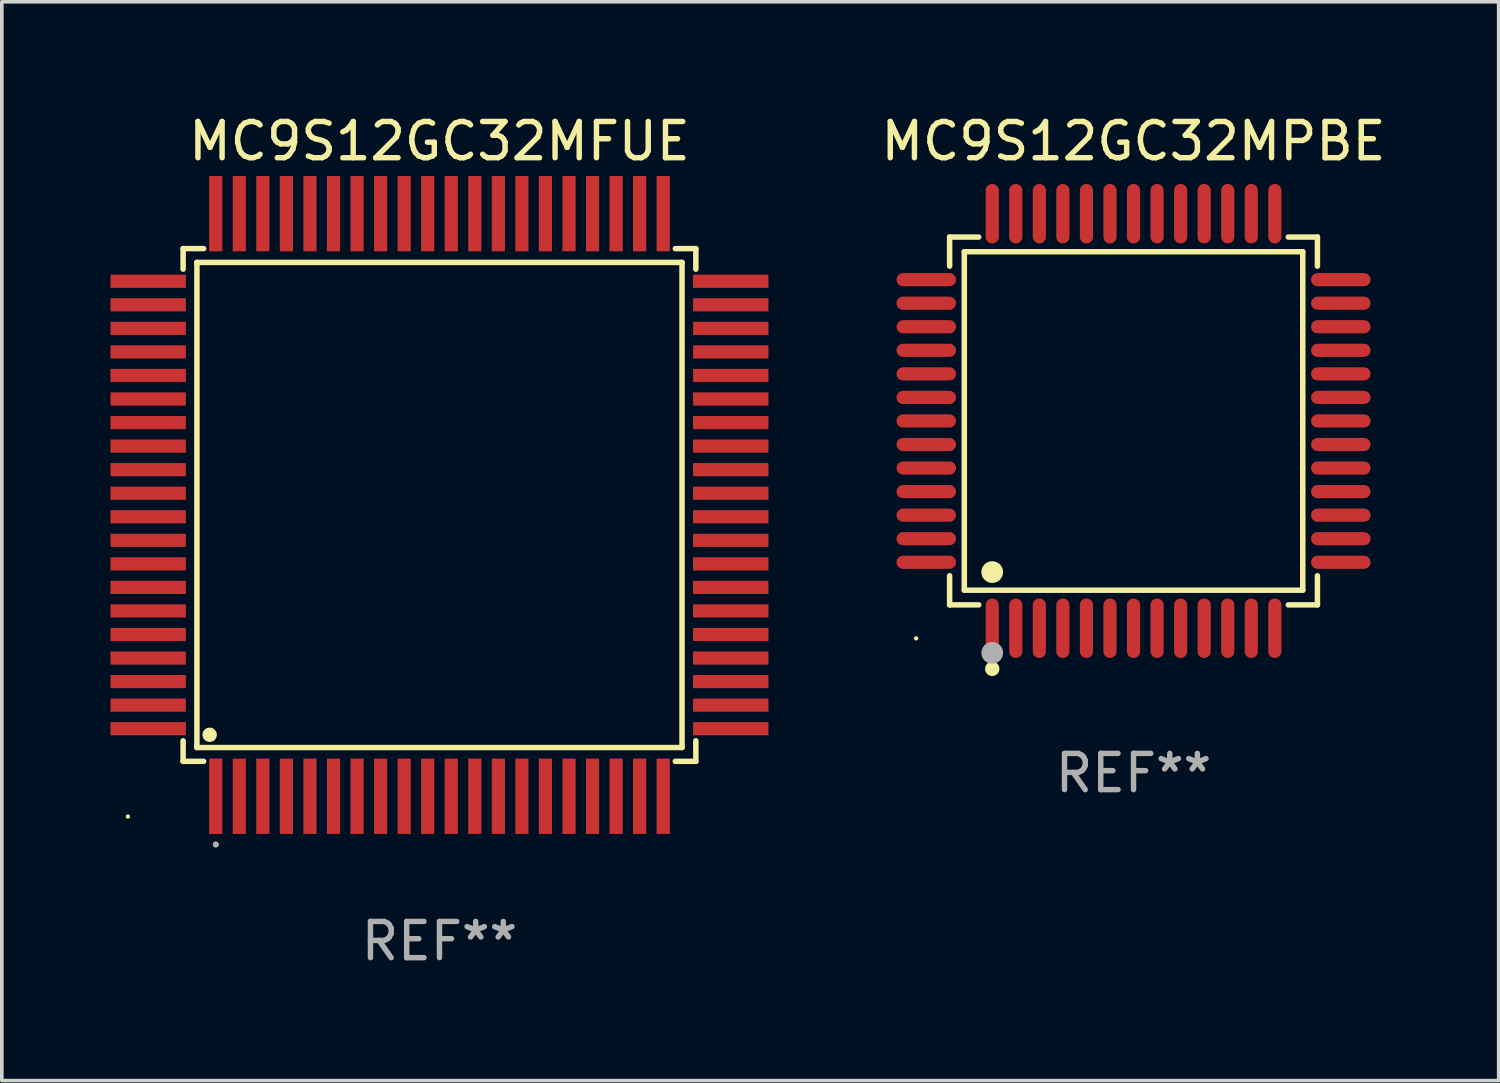
<source format=kicad_pcb>
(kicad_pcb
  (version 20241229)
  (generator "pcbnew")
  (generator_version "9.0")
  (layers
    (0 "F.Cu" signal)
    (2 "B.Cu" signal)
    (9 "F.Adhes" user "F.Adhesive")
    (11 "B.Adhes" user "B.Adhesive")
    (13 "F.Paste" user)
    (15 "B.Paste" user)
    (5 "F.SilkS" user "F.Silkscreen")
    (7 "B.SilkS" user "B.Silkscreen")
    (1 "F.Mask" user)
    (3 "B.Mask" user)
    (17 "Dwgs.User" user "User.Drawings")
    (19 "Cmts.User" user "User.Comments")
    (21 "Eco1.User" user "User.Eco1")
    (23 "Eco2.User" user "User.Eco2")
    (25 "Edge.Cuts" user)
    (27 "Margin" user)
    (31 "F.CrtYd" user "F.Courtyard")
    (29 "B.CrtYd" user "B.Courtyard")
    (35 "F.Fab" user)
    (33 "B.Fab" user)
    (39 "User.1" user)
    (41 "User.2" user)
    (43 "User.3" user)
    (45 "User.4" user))
  (footprint "MC9S12GC32MFUE"
    (layer "F.Cu")
    (at 9.08 10.888)
    (property "Reference" "MC9S12GC32MFUE" (at 0 -10.04 0) (layer "F.SilkS") (effects (font (size 1 1) (thickness 0.15))))
    (attr through_hole)
    (fp_line (start -7.076 -7.076) (end -7.076 -6.509) (stroke (width 0.152) (type solid)) (layer "F.SilkS"))
    (fp_line (start -7.076 7.076) (end -7.076 6.509) (stroke (width 0.152) (type solid)) (layer "F.SilkS"))
    (fp_line (start -6.695 -6.695) (end 6.695 -6.695) (stroke (width 0.152) (type solid)) (layer "F.SilkS"))
    (fp_line (start -6.695 6.695) (end -6.695 -6.695) (stroke (width 0.152) (type solid)) (layer "F.SilkS"))
    (fp_line (start -6.509 -7.076) (end -7.076 -7.076) (stroke (width 0.152) (type solid)) (layer "F.SilkS"))
    (fp_line (start -6.509 7.076) (end -7.076 7.076) (stroke (width 0.152) (type solid)) (layer "F.SilkS"))
    (fp_line (start 6.509 -7.076) (end 7.076 -7.076) (stroke (width 0.152) (type solid)) (layer "F.SilkS"))
    (fp_line (start 6.509 7.076) (end 7.076 7.076) (stroke (width 0.152) (type solid)) (layer "F.SilkS"))
    (fp_line (start 6.695 -6.695) (end 6.695 6.695) (stroke (width 0.152) (type solid)) (layer "F.SilkS"))
    (fp_line (start 6.695 6.695) (end -6.695 6.695) (stroke (width 0.152) (type solid)) (layer "F.SilkS"))
    (fp_line (start 7.076 -7.076) (end 7.076 -6.509) (stroke (width 0.152) (type solid)) (layer "F.SilkS"))
    (fp_line (start 7.076 7.076) (end 7.076 6.509) (stroke (width 0.152) (type solid)) (layer "F.SilkS"))
    (fp_circle (center -8.6 8.6) (end -8.57 8.6) (stroke (width 0.06) (type solid)) (fill no) (layer "F.SilkS"))
    (fp_circle (center -6.343 6.343) (end -6.243 6.343) (stroke (width 0.2) (type solid)) (fill no) (layer "F.SilkS"))
    (fp_circle (center -6.175 9.371) (end -6.135 9.371) (stroke (width 0.08) (type solid)) (fill no) (layer "F.SilkS"))
    (fp_circle (center -6.175 9.371) (end -6.135 9.371) (stroke (width 0.08) (type solid)) (fill no) (layer "F.Fab"))
    (fp_text user "REF**" (at 0 12.04 0) (layer "F.Fab") (effects (font (size 1 1) (thickness 0.15))))
    (pad "1" smd rect (at -6.175 8.04) (size 0.364 2.08) (layers "F.Cu" "F.Mask" "F.Paste"))
    (pad "2" smd rect (at -5.525 8.04) (size 0.364 2.08) (layers "F.Cu" "F.Mask" "F.Paste"))
    (pad "3" smd rect (at -4.875 8.04) (size 0.364 2.08) (layers "F.Cu" "F.Mask" "F.Paste"))
    (pad "4" smd rect (at -4.225 8.04) (size 0.364 2.08) (layers "F.Cu" "F.Mask" "F.Paste"))
    (pad "5" smd rect (at -3.575 8.04) (size 0.364 2.08) (layers "F.Cu" "F.Mask" "F.Paste"))
    (pad "6" smd rect (at -2.925 8.04) (size 0.364 2.08) (layers "F.Cu" "F.Mask" "F.Paste"))
    (pad "7" smd rect (at -2.275 8.04) (size 0.364 2.08) (layers "F.Cu" "F.Mask" "F.Paste"))
    (pad "8" smd rect (at -1.625 8.04) (size 0.364 2.08) (layers "F.Cu" "F.Mask" "F.Paste"))
    (pad "9" smd rect (at -0.975 8.04) (size 0.364 2.08) (layers "F.Cu" "F.Mask" "F.Paste"))
    (pad "10" smd rect (at -0.325 8.04) (size 0.364 2.08) (layers "F.Cu" "F.Mask" "F.Paste"))
    (pad "11" smd rect (at 0.325 8.04) (size 0.364 2.08) (layers "F.Cu" "F.Mask" "F.Paste"))
    (pad "12" smd rect (at 0.975 8.04) (size 0.364 2.08) (layers "F.Cu" "F.Mask" "F.Paste"))
    (pad "13" smd rect (at 1.625 8.04) (size 0.364 2.08) (layers "F.Cu" "F.Mask" "F.Paste"))
    (pad "14" smd rect (at 2.275 8.04) (size 0.364 2.08) (layers "F.Cu" "F.Mask" "F.Paste"))
    (pad "15" smd rect (at 2.925 8.04) (size 0.364 2.08) (layers "F.Cu" "F.Mask" "F.Paste"))
    (pad "16" smd rect (at 3.575 8.04) (size 0.364 2.08) (layers "F.Cu" "F.Mask" "F.Paste"))
    (pad "17" smd rect (at 4.225 8.04) (size 0.364 2.08) (layers "F.Cu" "F.Mask" "F.Paste"))
    (pad "18" smd rect (at 4.875 8.04) (size 0.364 2.08) (layers "F.Cu" "F.Mask" "F.Paste"))
    (pad "19" smd rect (at 5.525 8.04) (size 0.364 2.08) (layers "F.Cu" "F.Mask" "F.Paste"))
    (pad "20" smd rect (at 6.175 8.04) (size 0.364 2.08) (layers "F.Cu" "F.Mask" "F.Paste"))
    (pad "21" smd rect (at 8.04 6.175) (size 2.08 0.364) (layers "F.Cu" "F.Mask" "F.Paste"))
    (pad "22" smd rect (at 8.04 5.525) (size 2.08 0.364) (layers "F.Cu" "F.Mask" "F.Paste"))
    (pad "23" smd rect (at 8.04 4.875) (size 2.08 0.364) (layers "F.Cu" "F.Mask" "F.Paste"))
    (pad "24" smd rect (at 8.04 4.225) (size 2.08 0.364) (layers "F.Cu" "F.Mask" "F.Paste"))
    (pad "25" smd rect (at 8.04 3.575) (size 2.08 0.364) (layers "F.Cu" "F.Mask" "F.Paste"))
    (pad "26" smd rect (at 8.04 2.925) (size 2.08 0.364) (layers "F.Cu" "F.Mask" "F.Paste"))
    (pad "27" smd rect (at 8.04 2.275) (size 2.08 0.364) (layers "F.Cu" "F.Mask" "F.Paste"))
    (pad "28" smd rect (at 8.04 1.625) (size 2.08 0.364) (layers "F.Cu" "F.Mask" "F.Paste"))
    (pad "29" smd rect (at 8.04 0.975) (size 2.08 0.364) (layers "F.Cu" "F.Mask" "F.Paste"))
    (pad "30" smd rect (at 8.04 0.325) (size 2.08 0.364) (layers "F.Cu" "F.Mask" "F.Paste"))
    (pad "31" smd rect (at 8.04 -0.325) (size 2.08 0.364) (layers "F.Cu" "F.Mask" "F.Paste"))
    (pad "32" smd rect (at 8.04 -0.975) (size 2.08 0.364) (layers "F.Cu" "F.Mask" "F.Paste"))
    (pad "33" smd rect (at 8.04 -1.625) (size 2.08 0.364) (layers "F.Cu" "F.Mask" "F.Paste"))
    (pad "34" smd rect (at 8.04 -2.275) (size 2.08 0.364) (layers "F.Cu" "F.Mask" "F.Paste"))
    (pad "35" smd rect (at 8.04 -2.925) (size 2.08 0.364) (layers "F.Cu" "F.Mask" "F.Paste"))
    (pad "36" smd rect (at 8.04 -3.575) (size 2.08 0.364) (layers "F.Cu" "F.Mask" "F.Paste"))
    (pad "37" smd rect (at 8.04 -4.225) (size 2.08 0.364) (layers "F.Cu" "F.Mask" "F.Paste"))
    (pad "38" smd rect (at 8.04 -4.875) (size 2.08 0.364) (layers "F.Cu" "F.Mask" "F.Paste"))
    (pad "39" smd rect (at 8.04 -5.525) (size 2.08 0.364) (layers "F.Cu" "F.Mask" "F.Paste"))
    (pad "40" smd rect (at 8.04 -6.175) (size 2.08 0.364) (layers "F.Cu" "F.Mask" "F.Paste"))
    (pad "41" smd rect (at 6.175 -8.04) (size 0.364 2.08) (layers "F.Cu" "F.Mask" "F.Paste"))
    (pad "42" smd rect (at 5.525 -8.04) (size 0.364 2.08) (layers "F.Cu" "F.Mask" "F.Paste"))
    (pad "43" smd rect (at 4.875 -8.04) (size 0.364 2.08) (layers "F.Cu" "F.Mask" "F.Paste"))
    (pad "44" smd rect (at 4.225 -8.04) (size 0.364 2.08) (layers "F.Cu" "F.Mask" "F.Paste"))
    (pad "45" smd rect (at 3.575 -8.04) (size 0.364 2.08) (layers "F.Cu" "F.Mask" "F.Paste"))
    (pad "46" smd rect (at 2.925 -8.04) (size 0.364 2.08) (layers "F.Cu" "F.Mask" "F.Paste"))
    (pad "47" smd rect (at 2.275 -8.04) (size 0.364 2.08) (layers "F.Cu" "F.Mask" "F.Paste"))
    (pad "48" smd rect (at 1.625 -8.04) (size 0.364 2.08) (layers "F.Cu" "F.Mask" "F.Paste"))
    (pad "49" smd rect (at 0.975 -8.04) (size 0.364 2.08) (layers "F.Cu" "F.Mask" "F.Paste"))
    (pad "50" smd rect (at 0.325 -8.04) (size 0.364 2.08) (layers "F.Cu" "F.Mask" "F.Paste"))
    (pad "51" smd rect (at -0.325 -8.04) (size 0.364 2.08) (layers "F.Cu" "F.Mask" "F.Paste"))
    (pad "52" smd rect (at -0.975 -8.04) (size 0.364 2.08) (layers "F.Cu" "F.Mask" "F.Paste"))
    (pad "53" smd rect (at -1.625 -8.04) (size 0.364 2.08) (layers "F.Cu" "F.Mask" "F.Paste"))
    (pad "54" smd rect (at -2.275 -8.04) (size 0.364 2.08) (layers "F.Cu" "F.Mask" "F.Paste"))
    (pad "55" smd rect (at -2.925 -8.04) (size 0.364 2.08) (layers "F.Cu" "F.Mask" "F.Paste"))
    (pad "56" smd rect (at -3.575 -8.04) (size 0.364 2.08) (layers "F.Cu" "F.Mask" "F.Paste"))
    (pad "57" smd rect (at -4.225 -8.04) (size 0.364 2.08) (layers "F.Cu" "F.Mask" "F.Paste"))
    (pad "58" smd rect (at -4.875 -8.04) (size 0.364 2.08) (layers "F.Cu" "F.Mask" "F.Paste"))
    (pad "59" smd rect (at -5.525 -8.04) (size 0.364 2.08) (layers "F.Cu" "F.Mask" "F.Paste"))
    (pad "60" smd rect (at -6.175 -8.04) (size 0.364 2.08) (layers "F.Cu" "F.Mask" "F.Paste"))
    (pad "61" smd rect (at -8.04 -6.175) (size 2.08 0.364) (layers "F.Cu" "F.Mask" "F.Paste"))
    (pad "62" smd rect (at -8.04 -5.525) (size 2.08 0.364) (layers "F.Cu" "F.Mask" "F.Paste"))
    (pad "63" smd rect (at -8.04 -4.875) (size 2.08 0.364) (layers "F.Cu" "F.Mask" "F.Paste"))
    (pad "64" smd rect (at -8.04 -4.225) (size 2.08 0.364) (layers "F.Cu" "F.Mask" "F.Paste"))
    (pad "65" smd rect (at -8.04 -3.575) (size 2.08 0.364) (layers "F.Cu" "F.Mask" "F.Paste"))
    (pad "66" smd rect (at -8.04 -2.925) (size 2.08 0.364) (layers "F.Cu" "F.Mask" "F.Paste"))
    (pad "67" smd rect (at -8.04 -2.275) (size 2.08 0.364) (layers "F.Cu" "F.Mask" "F.Paste"))
    (pad "68" smd rect (at -8.04 -1.625) (size 2.08 0.364) (layers "F.Cu" "F.Mask" "F.Paste"))
    (pad "69" smd rect (at -8.04 -0.975) (size 2.08 0.364) (layers "F.Cu" "F.Mask" "F.Paste"))
    (pad "70" smd rect (at -8.04 -0.325) (size 2.08 0.364) (layers "F.Cu" "F.Mask" "F.Paste"))
    (pad "71" smd rect (at -8.04 0.325) (size 2.08 0.364) (layers "F.Cu" "F.Mask" "F.Paste"))
    (pad "72" smd rect (at -8.04 0.975) (size 2.08 0.364) (layers "F.Cu" "F.Mask" "F.Paste"))
    (pad "73" smd rect (at -8.04 1.625) (size 2.08 0.364) (layers "F.Cu" "F.Mask" "F.Paste"))
    (pad "74" smd rect (at -8.04 2.275) (size 2.08 0.364) (layers "F.Cu" "F.Mask" "F.Paste"))
    (pad "75" smd rect (at -8.04 2.925) (size 2.08 0.364) (layers "F.Cu" "F.Mask" "F.Paste"))
    (pad "76" smd rect (at -8.04 3.575) (size 2.08 0.364) (layers "F.Cu" "F.Mask" "F.Paste"))
    (pad "77" smd rect (at -8.04 4.225) (size 2.08 0.364) (layers "F.Cu" "F.Mask" "F.Paste"))
    (pad "78" smd rect (at -8.04 4.875) (size 2.08 0.364) (layers "F.Cu" "F.Mask" "F.Paste"))
    (pad "79" smd rect (at -8.04 5.525) (size 2.08 0.364) (layers "F.Cu" "F.Mask" "F.Paste"))
    (pad "80" smd rect (at -8.04 6.175) (size 2.08 0.364) (layers "F.Cu" "F.Mask" "F.Paste")))
  (footprint "MC9S12GC32MPBE"
    (layer "F.Cu")
    (at 28.237 8.569)
    (property "Reference" "MC9S12GC32MPBE" (at 0 -7.721 0) (layer "F.SilkS") (effects (font (size 1 1) (thickness 0.15))))
    (attr through_hole)
    (fp_line (start -5.076 -5.076) (end -4.273 -5.076) (stroke (width 0.152) (type solid)) (layer "F.SilkS"))
    (fp_line (start -5.076 -4.273) (end -5.076 -5.076) (stroke (width 0.152) (type solid)) (layer "F.SilkS"))
    (fp_line (start -5.076 4.273) (end -5.076 5.076) (stroke (width 0.152) (type solid)) (layer "F.SilkS"))
    (fp_line (start -5.076 5.076) (end -4.273 5.076) (stroke (width 0.152) (type solid)) (layer "F.SilkS"))
    (fp_line (start -4.671 -4.671) (end 4.671 -4.671) (stroke (width 0.152) (type solid)) (layer "F.SilkS"))
    (fp_line (start -4.671 4.671) (end -4.671 -4.671) (stroke (width 0.152) (type solid)) (layer "F.SilkS"))
    (fp_line (start 4.671 -4.671) (end 4.671 4.671) (stroke (width 0.152) (type solid)) (layer "F.SilkS"))
    (fp_line (start 4.671 4.671) (end -4.671 4.671) (stroke (width 0.152) (type solid)) (layer "F.SilkS"))
    (fp_line (start 5.076 -5.076) (end 4.273 -5.076) (stroke (width 0.152) (type solid)) (layer "F.SilkS"))
    (fp_line (start 5.076 -4.273) (end 5.076 -5.076) (stroke (width 0.152) (type solid)) (layer "F.SilkS"))
    (fp_line (start 5.076 4.273) (end 5.076 5.076) (stroke (width 0.152) (type solid)) (layer "F.SilkS"))
    (fp_line (start 5.076 5.076) (end 4.273 5.076) (stroke (width 0.152) (type solid)) (layer "F.SilkS"))
    (fp_circle (center -6 6) (end -5.97 6) (stroke (width 0.06) (type solid)) (fill no) (layer "F.SilkS"))
    (fp_circle (center -3.9 4.171) (end -3.75 4.171) (stroke (width 0.3) (type solid)) (fill no) (layer "F.SilkS"))
    (fp_circle (center -3.9 6.842) (end -3.8 6.842) (stroke (width 0.2) (type solid)) (fill no) (layer "F.SilkS"))
    (fp_circle (center -3.9 6.4) (end -3.75 6.4) (stroke (width 0.3) (type solid)) (fill no) (layer "F.Fab"))
    (fp_text user "REF**" (at 0 9.721 0) (layer "F.Fab") (effects (font (size 1 1) (thickness 0.15))))
    (pad "1" smd oval (at -3.9 5.721) (size 0.364 1.642) (layers "F.Cu" "F.Mask" "F.Paste"))
    (pad "2" smd oval (at -3.25 5.721) (size 0.364 1.642) (layers "F.Cu" "F.Mask" "F.Paste"))
    (pad "3" smd oval (at -2.6 5.721) (size 0.364 1.642) (layers "F.Cu" "F.Mask" "F.Paste"))
    (pad "4" smd oval (at -1.95 5.721) (size 0.364 1.642) (layers "F.Cu" "F.Mask" "F.Paste"))
    (pad "5" smd oval (at -1.3 5.721) (size 0.364 1.642) (layers "F.Cu" "F.Mask" "F.Paste"))
    (pad "6" smd oval (at -0.65 5.721) (size 0.364 1.642) (layers "F.Cu" "F.Mask" "F.Paste"))
    (pad "7" smd oval (at 0 5.721) (size 0.364 1.642) (layers "F.Cu" "F.Mask" "F.Paste"))
    (pad "8" smd oval (at 0.65 5.721) (size 0.364 1.642) (layers "F.Cu" "F.Mask" "F.Paste"))
    (pad "9" smd oval (at 1.3 5.721) (size 0.364 1.642) (layers "F.Cu" "F.Mask" "F.Paste"))
    (pad "10" smd oval (at 1.95 5.721) (size 0.364 1.642) (layers "F.Cu" "F.Mask" "F.Paste"))
    (pad "11" smd oval (at 2.6 5.721) (size 0.364 1.642) (layers "F.Cu" "F.Mask" "F.Paste"))
    (pad "12" smd oval (at 3.25 5.721) (size 0.364 1.642) (layers "F.Cu" "F.Mask" "F.Paste"))
    (pad "13" smd oval (at 3.9 5.721) (size 0.364 1.642) (layers "F.Cu" "F.Mask" "F.Paste"))
    (pad "14" smd oval (at 5.721 3.9) (size 1.642 0.364) (layers "F.Cu" "F.Mask" "F.Paste"))
    (pad "15" smd oval (at 5.721 3.25) (size 1.642 0.364) (layers "F.Cu" "F.Mask" "F.Paste"))
    (pad "16" smd oval (at 5.721 2.6) (size 1.642 0.364) (layers "F.Cu" "F.Mask" "F.Paste"))
    (pad "17" smd oval (at 5.721 1.95) (size 1.642 0.364) (layers "F.Cu" "F.Mask" "F.Paste"))
    (pad "18" smd oval (at 5.721 1.3) (size 1.642 0.364) (layers "F.Cu" "F.Mask" "F.Paste"))
    (pad "19" smd oval (at 5.721 0.65) (size 1.642 0.364) (layers "F.Cu" "F.Mask" "F.Paste"))
    (pad "20" smd oval (at 5.721 0) (size 1.642 0.364) (layers "F.Cu" "F.Mask" "F.Paste"))
    (pad "21" smd oval (at 5.721 -0.65) (size 1.642 0.364) (layers "F.Cu" "F.Mask" "F.Paste"))
    (pad "22" smd oval (at 5.721 -1.3) (size 1.642 0.364) (layers "F.Cu" "F.Mask" "F.Paste"))
    (pad "23" smd oval (at 5.721 -1.95) (size 1.642 0.364) (layers "F.Cu" "F.Mask" "F.Paste"))
    (pad "24" smd oval (at 5.721 -2.6) (size 1.642 0.364) (layers "F.Cu" "F.Mask" "F.Paste"))
    (pad "25" smd oval (at 5.721 -3.25) (size 1.642 0.364) (layers "F.Cu" "F.Mask" "F.Paste"))
    (pad "26" smd oval (at 5.721 -3.9) (size 1.642 0.364) (layers "F.Cu" "F.Mask" "F.Paste"))
    (pad "27" smd oval (at 3.9 -5.721) (size 0.364 1.642) (layers "F.Cu" "F.Mask" "F.Paste"))
    (pad "28" smd oval (at 3.25 -5.721) (size 0.364 1.642) (layers "F.Cu" "F.Mask" "F.Paste"))
    (pad "29" smd oval (at 2.6 -5.721) (size 0.364 1.642) (layers "F.Cu" "F.Mask" "F.Paste"))
    (pad "30" smd oval (at 1.95 -5.721) (size 0.364 1.642) (layers "F.Cu" "F.Mask" "F.Paste"))
    (pad "31" smd oval (at 1.3 -5.721) (size 0.364 1.642) (layers "F.Cu" "F.Mask" "F.Paste"))
    (pad "32" smd oval (at 0.65 -5.721) (size 0.364 1.642) (layers "F.Cu" "F.Mask" "F.Paste"))
    (pad "33" smd oval (at 0 -5.721) (size 0.364 1.642) (layers "F.Cu" "F.Mask" "F.Paste"))
    (pad "34" smd oval (at -0.65 -5.721) (size 0.364 1.642) (layers "F.Cu" "F.Mask" "F.Paste"))
    (pad "35" smd oval (at -1.3 -5.721) (size 0.364 1.642) (layers "F.Cu" "F.Mask" "F.Paste"))
    (pad "36" smd oval (at -1.95 -5.721) (size 0.364 1.642) (layers "F.Cu" "F.Mask" "F.Paste"))
    (pad "37" smd oval (at -2.6 -5.721) (size 0.364 1.642) (layers "F.Cu" "F.Mask" "F.Paste"))
    (pad "38" smd oval (at -3.25 -5.721) (size 0.364 1.642) (layers "F.Cu" "F.Mask" "F.Paste"))
    (pad "39" smd oval (at -3.9 -5.721) (size 0.364 1.642) (layers "F.Cu" "F.Mask" "F.Paste"))
    (pad "40" smd oval (at -5.721 -3.9) (size 1.642 0.364) (layers "F.Cu" "F.Mask" "F.Paste"))
    (pad "41" smd oval (at -5.721 -3.25) (size 1.642 0.364) (layers "F.Cu" "F.Mask" "F.Paste"))
    (pad "42" smd oval (at -5.721 -2.6) (size 1.642 0.364) (layers "F.Cu" "F.Mask" "F.Paste"))
    (pad "43" smd oval (at -5.721 -1.95) (size 1.642 0.364) (layers "F.Cu" "F.Mask" "F.Paste"))
    (pad "44" smd oval (at -5.721 -1.3) (size 1.642 0.364) (layers "F.Cu" "F.Mask" "F.Paste"))
    (pad "45" smd oval (at -5.721 -0.65) (size 1.642 0.364) (layers "F.Cu" "F.Mask" "F.Paste"))
    (pad "46" smd oval (at -5.721 0) (size 1.642 0.364) (layers "F.Cu" "F.Mask" "F.Paste"))
    (pad "47" smd oval (at -5.721 0.65) (size 1.642 0.364) (layers "F.Cu" "F.Mask" "F.Paste"))
    (pad "48" smd oval (at -5.721 1.3) (size 1.642 0.364) (layers "F.Cu" "F.Mask" "F.Paste"))
    (pad "49" smd oval (at -5.721 1.95) (size 1.642 0.364) (layers "F.Cu" "F.Mask" "F.Paste"))
    (pad "50" smd oval (at -5.721 2.6) (size 1.642 0.364) (layers "F.Cu" "F.Mask" "F.Paste"))
    (pad "51" smd oval (at -5.721 3.25) (size 1.642 0.364) (layers "F.Cu" "F.Mask" "F.Paste"))
    (pad "52" smd oval (at -5.721 3.9) (size 1.642 0.364) (layers "F.Cu" "F.Mask" "F.Paste")))
  (gr_rect
    (start -3 -3)
    (end 38.315 26.776)
    (stroke (width 0.1) (type default))
    (fill no)
    (layer "Edge.Cuts")))
</source>
